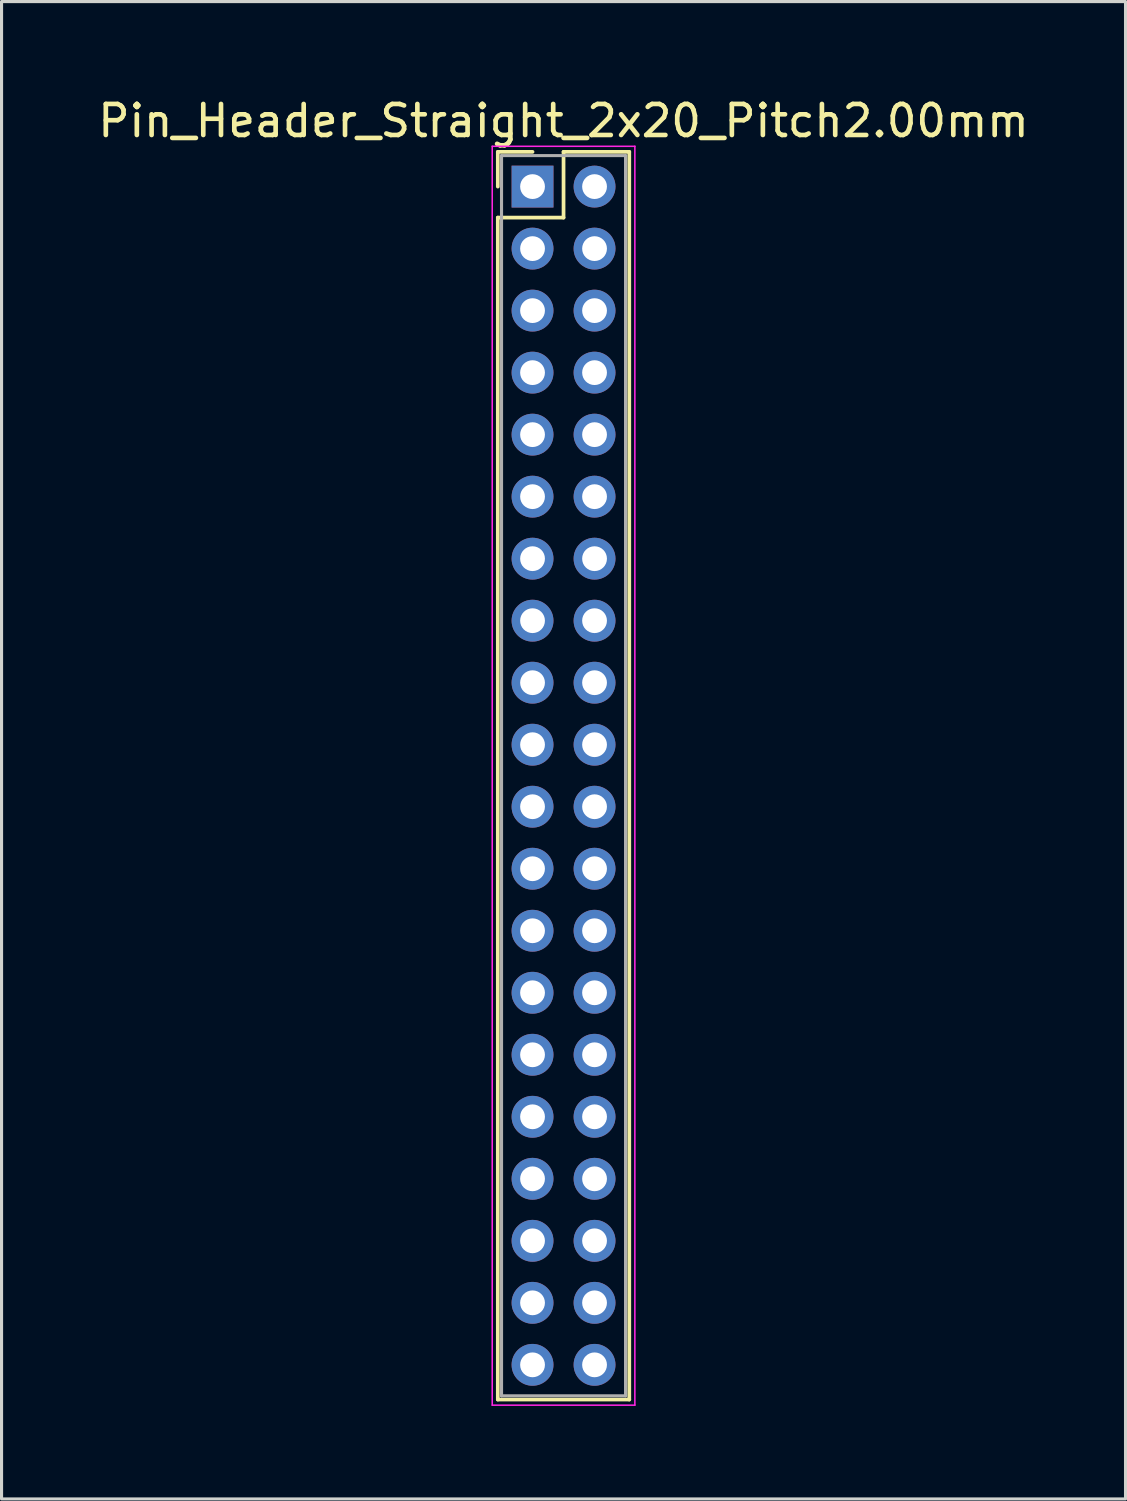
<source format=kicad_pcb>
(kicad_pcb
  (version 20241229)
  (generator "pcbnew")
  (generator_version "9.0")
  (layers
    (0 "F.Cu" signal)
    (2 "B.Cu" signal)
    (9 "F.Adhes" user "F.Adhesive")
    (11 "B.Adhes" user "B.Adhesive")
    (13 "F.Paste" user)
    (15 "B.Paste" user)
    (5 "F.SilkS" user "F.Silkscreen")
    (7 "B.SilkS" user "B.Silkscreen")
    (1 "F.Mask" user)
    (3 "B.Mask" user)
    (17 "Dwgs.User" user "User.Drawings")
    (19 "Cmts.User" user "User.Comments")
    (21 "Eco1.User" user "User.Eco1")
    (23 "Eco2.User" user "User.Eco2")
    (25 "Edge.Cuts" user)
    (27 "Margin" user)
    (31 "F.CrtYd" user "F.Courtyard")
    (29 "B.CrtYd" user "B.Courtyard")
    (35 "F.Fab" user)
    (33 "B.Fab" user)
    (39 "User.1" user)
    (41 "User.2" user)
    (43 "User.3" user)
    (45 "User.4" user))
  (footprint "Pin_Header_Straight_2x20_Pitch2.00mm"
    (layer "F.Cu")
    (at 14.125 2.968)
    (property "Reference" "Pin_Header_Straight_2x20_Pitch2.00mm" (at 1 -2.12 0) (layer "F.SilkS") (effects (font (size 1 1) (thickness 0.15))))
    (attr through_hole)
    (fp_line (start -1.12 -1.12) (end 0 -1.12) (stroke (width 0.12) (type solid)) (layer "F.SilkS"))
    (fp_line (start -1.12 0) (end -1.12 -1.12) (stroke (width 0.12) (type solid)) (layer "F.SilkS"))
    (fp_line (start -1.12 1) (end -1.12 39.12) (stroke (width 0.12) (type solid)) (layer "F.SilkS"))
    (fp_line (start -1.12 39.12) (end 3.12 39.12) (stroke (width 0.12) (type solid)) (layer "F.SilkS"))
    (fp_line (start 1 -1.12) (end 1 1) (stroke (width 0.12) (type solid)) (layer "F.SilkS"))
    (fp_line (start 1 1) (end -1.12 1) (stroke (width 0.12) (type solid)) (layer "F.SilkS"))
    (fp_line (start 3.12 -1.12) (end 1 -1.12) (stroke (width 0.12) (type solid)) (layer "F.SilkS"))
    (fp_line (start 3.12 39.12) (end 3.12 -1.12) (stroke (width 0.12) (type solid)) (layer "F.SilkS"))
    (fp_line (start -1.3 -1.3) (end -1.3 39.3) (stroke (width 0.05) (type solid)) (layer "F.CrtYd"))
    (fp_line (start -1.3 39.3) (end 3.3 39.3) (stroke (width 0.05) (type solid)) (layer "F.CrtYd"))
    (fp_line (start 3.3 -1.3) (end -1.3 -1.3) (stroke (width 0.05) (type solid)) (layer "F.CrtYd"))
    (fp_line (start 3.3 39.3) (end 3.3 -1.3) (stroke (width 0.05) (type solid)) (layer "F.CrtYd"))
    (fp_line (start -1 -1) (end -1 39) (stroke (width 0.1) (type solid)) (layer "F.Fab"))
    (fp_line (start -1 39) (end 3 39) (stroke (width 0.1) (type solid)) (layer "F.Fab"))
    (fp_line (start 3 -1) (end -1 -1) (stroke (width 0.1) (type solid)) (layer "F.Fab"))
    (fp_line (start 3 39) (end 3 -1) (stroke (width 0.1) (type solid)) (layer "F.Fab"))
    (pad "1" thru_hole rect (at 0 0) (size 1.35 1.35) (drill 0.8) (layers "*.Cu" "*.Mask"))
    (pad "2" thru_hole oval (at 2 0) (size 1.35 1.35) (drill 0.8) (layers "*.Cu" "*.Mask"))
    (pad "3" thru_hole oval (at 0 2) (size 1.35 1.35) (drill 0.8) (layers "*.Cu" "*.Mask"))
    (pad "4" thru_hole oval (at 2 2) (size 1.35 1.35) (drill 0.8) (layers "*.Cu" "*.Mask"))
    (pad "5" thru_hole oval (at 0 4) (size 1.35 1.35) (drill 0.8) (layers "*.Cu" "*.Mask"))
    (pad "6" thru_hole oval (at 2 4) (size 1.35 1.35) (drill 0.8) (layers "*.Cu" "*.Mask"))
    (pad "7" thru_hole oval (at 0 6) (size 1.35 1.35) (drill 0.8) (layers "*.Cu" "*.Mask"))
    (pad "8" thru_hole oval (at 2 6) (size 1.35 1.35) (drill 0.8) (layers "*.Cu" "*.Mask"))
    (pad "9" thru_hole oval (at 0 8) (size 1.35 1.35) (drill 0.8) (layers "*.Cu" "*.Mask"))
    (pad "10" thru_hole oval (at 2 8) (size 1.35 1.35) (drill 0.8) (layers "*.Cu" "*.Mask"))
    (pad "11" thru_hole oval (at 0 10) (size 1.35 1.35) (drill 0.8) (layers "*.Cu" "*.Mask"))
    (pad "12" thru_hole oval (at 2 10) (size 1.35 1.35) (drill 0.8) (layers "*.Cu" "*.Mask"))
    (pad "13" thru_hole oval (at 0 12) (size 1.35 1.35) (drill 0.8) (layers "*.Cu" "*.Mask"))
    (pad "14" thru_hole oval (at 2 12) (size 1.35 1.35) (drill 0.8) (layers "*.Cu" "*.Mask"))
    (pad "15" thru_hole oval (at 0 14) (size 1.35 1.35) (drill 0.8) (layers "*.Cu" "*.Mask"))
    (pad "16" thru_hole oval (at 2 14) (size 1.35 1.35) (drill 0.8) (layers "*.Cu" "*.Mask"))
    (pad "17" thru_hole oval (at 0 16) (size 1.35 1.35) (drill 0.8) (layers "*.Cu" "*.Mask"))
    (pad "18" thru_hole oval (at 2 16) (size 1.35 1.35) (drill 0.8) (layers "*.Cu" "*.Mask"))
    (pad "19" thru_hole oval (at 0 18) (size 1.35 1.35) (drill 0.8) (layers "*.Cu" "*.Mask"))
    (pad "20" thru_hole oval (at 2 18) (size 1.35 1.35) (drill 0.8) (layers "*.Cu" "*.Mask"))
    (pad "21" thru_hole oval (at 0 20) (size 1.35 1.35) (drill 0.8) (layers "*.Cu" "*.Mask"))
    (pad "22" thru_hole oval (at 2 20) (size 1.35 1.35) (drill 0.8) (layers "*.Cu" "*.Mask"))
    (pad "23" thru_hole oval (at 0 22) (size 1.35 1.35) (drill 0.8) (layers "*.Cu" "*.Mask"))
    (pad "24" thru_hole oval (at 2 22) (size 1.35 1.35) (drill 0.8) (layers "*.Cu" "*.Mask"))
    (pad "25" thru_hole oval (at 0 24) (size 1.35 1.35) (drill 0.8) (layers "*.Cu" "*.Mask"))
    (pad "26" thru_hole oval (at 2 24) (size 1.35 1.35) (drill 0.8) (layers "*.Cu" "*.Mask"))
    (pad "27" thru_hole oval (at 0 26) (size 1.35 1.35) (drill 0.8) (layers "*.Cu" "*.Mask"))
    (pad "28" thru_hole oval (at 2 26) (size 1.35 1.35) (drill 0.8) (layers "*.Cu" "*.Mask"))
    (pad "29" thru_hole oval (at 0 28) (size 1.35 1.35) (drill 0.8) (layers "*.Cu" "*.Mask"))
    (pad "30" thru_hole oval (at 2 28) (size 1.35 1.35) (drill 0.8) (layers "*.Cu" "*.Mask"))
    (pad "31" thru_hole oval (at 0 30) (size 1.35 1.35) (drill 0.8) (layers "*.Cu" "*.Mask"))
    (pad "32" thru_hole oval (at 2 30) (size 1.35 1.35) (drill 0.8) (layers "*.Cu" "*.Mask"))
    (pad "33" thru_hole oval (at 0 32) (size 1.35 1.35) (drill 0.8) (layers "*.Cu" "*.Mask"))
    (pad "34" thru_hole oval (at 2 32) (size 1.35 1.35) (drill 0.8) (layers "*.Cu" "*.Mask"))
    (pad "35" thru_hole oval (at 0 34) (size 1.35 1.35) (drill 0.8) (layers "*.Cu" "*.Mask"))
    (pad "36" thru_hole oval (at 2 34) (size 1.35 1.35) (drill 0.8) (layers "*.Cu" "*.Mask"))
    (pad "37" thru_hole oval (at 0 36) (size 1.35 1.35) (drill 0.8) (layers "*.Cu" "*.Mask"))
    (pad "38" thru_hole oval (at 2 36) (size 1.35 1.35) (drill 0.8) (layers "*.Cu" "*.Mask"))
    (pad "39" thru_hole oval (at 0 38) (size 1.35 1.35) (drill 0.8) (layers "*.Cu" "*.Mask"))
    (pad "40" thru_hole oval (at 2 38) (size 1.35 1.35) (drill 0.8) (layers "*.Cu" "*.Mask")))
  (gr_rect
    (start -3 -3)
    (end 33.25 45.293)
    (stroke (width 0.1) (type default))
    (fill no)
    (layer "Edge.Cuts")))
</source>
